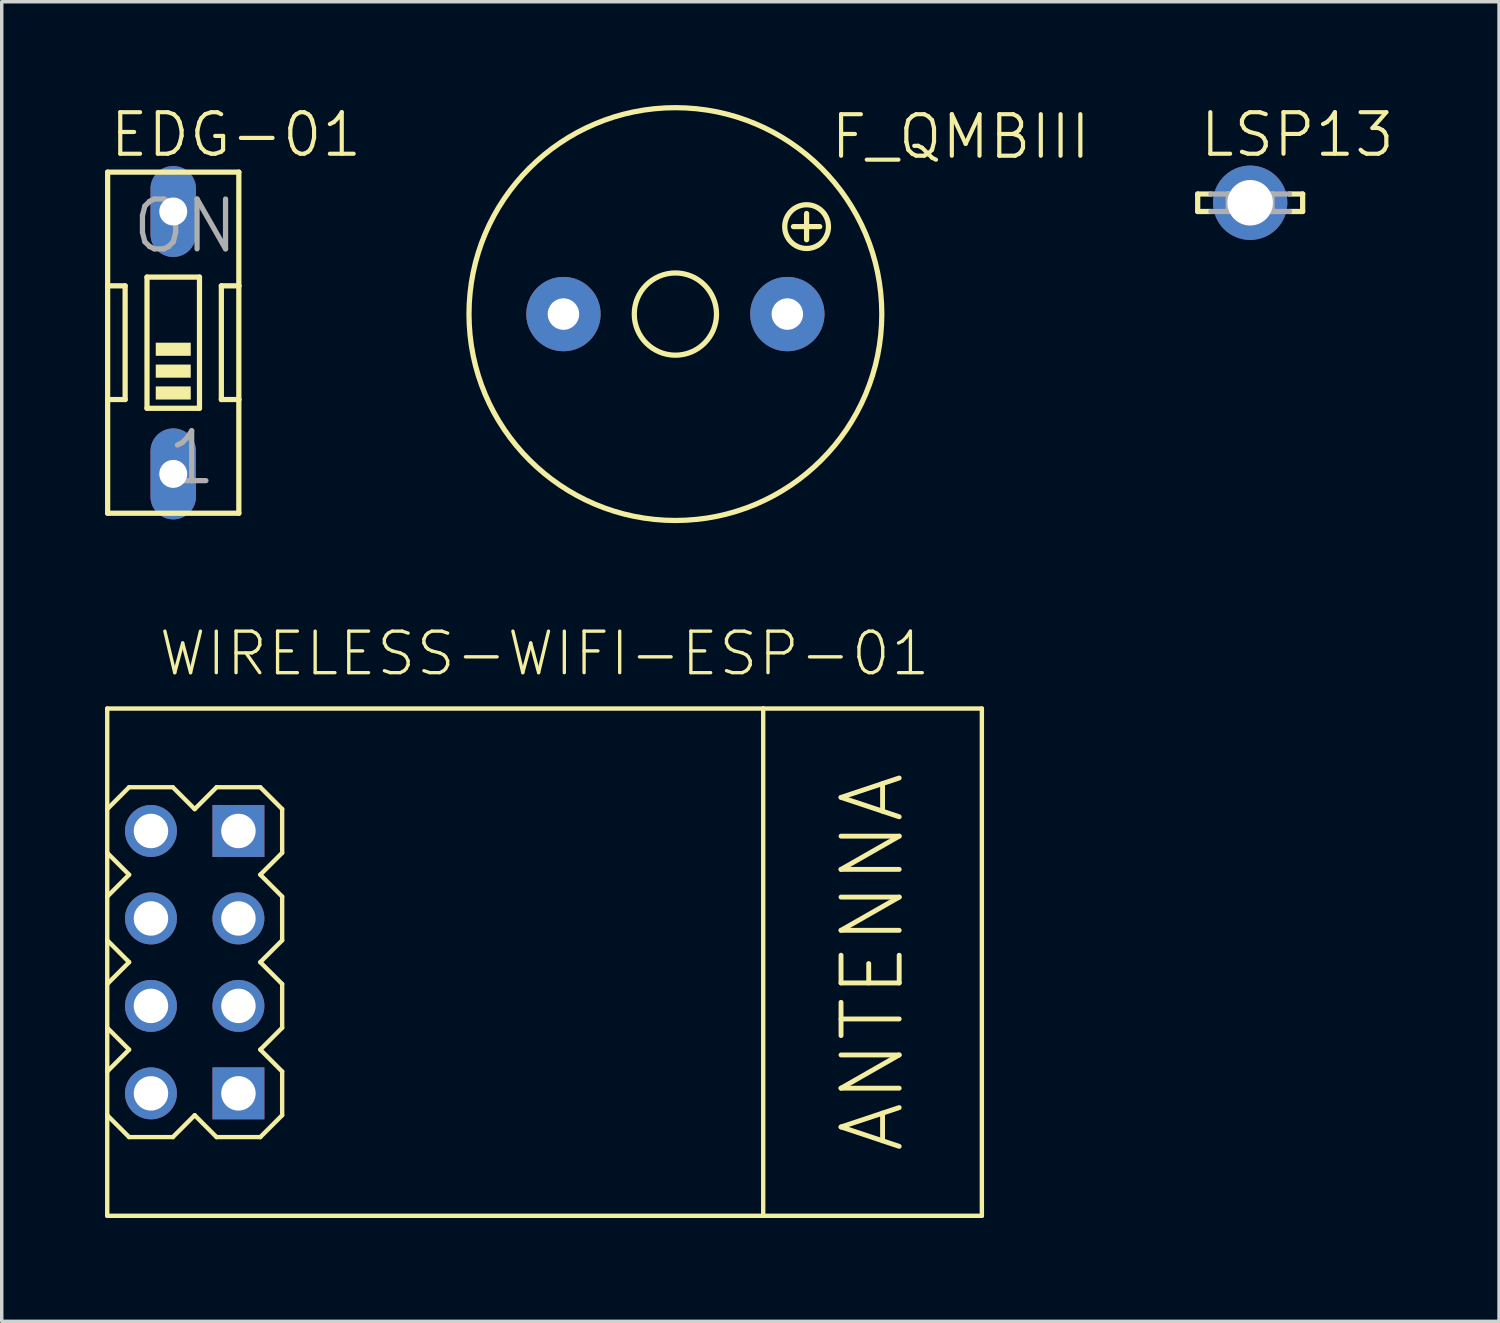
<source format=kicad_pcb>
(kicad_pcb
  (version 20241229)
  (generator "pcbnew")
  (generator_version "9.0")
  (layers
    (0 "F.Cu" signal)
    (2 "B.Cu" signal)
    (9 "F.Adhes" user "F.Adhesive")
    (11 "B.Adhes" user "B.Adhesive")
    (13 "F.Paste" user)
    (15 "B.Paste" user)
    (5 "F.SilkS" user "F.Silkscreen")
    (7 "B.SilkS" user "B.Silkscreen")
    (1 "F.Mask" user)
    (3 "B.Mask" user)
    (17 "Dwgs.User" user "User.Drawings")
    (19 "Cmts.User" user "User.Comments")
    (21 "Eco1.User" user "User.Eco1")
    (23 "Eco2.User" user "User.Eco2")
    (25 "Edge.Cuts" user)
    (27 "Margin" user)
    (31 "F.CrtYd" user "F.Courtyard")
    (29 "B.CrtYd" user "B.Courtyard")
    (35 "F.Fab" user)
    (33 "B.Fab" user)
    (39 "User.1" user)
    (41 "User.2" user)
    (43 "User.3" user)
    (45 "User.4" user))
  (footprint "WIRELESS-WIFI-ESP-01"
    (layer "F.Cu")
    (at 12.764 24.892)
    (property "Reference" "WIRELESS-WIFI-ESP-01" (at 0 -8.255 180) (layer "F.SilkS") (effects (font (size 1.206 1.206) (thickness 0.097)) (justify bottom)))
    (attr through_hole)
    (fp_line (start -12.7 -7.366) (end 6.35 -7.366) (stroke (width 0.127) (type solid)) (layer "F.SilkS"))
    (fp_line (start -12.7 -4.445) (end -12.7 -7.366) (stroke (width 0.127) (type solid)) (layer "F.SilkS"))
    (fp_line (start -12.7 -4.445) (end -12.065 -5.08) (stroke (width 0.127) (type solid)) (layer "F.SilkS"))
    (fp_line (start -12.7 -3.175) (end -12.7 -4.445) (stroke (width 0.127) (type solid)) (layer "F.SilkS"))
    (fp_line (start -12.7 -1.905) (end -12.7 -3.175) (stroke (width 0.127) (type solid)) (layer "F.SilkS"))
    (fp_line (start -12.7 -1.905) (end -12.065 -2.54) (stroke (width 0.127) (type solid)) (layer "F.SilkS"))
    (fp_line (start -12.7 -0.635) (end -12.7 -1.905) (stroke (width 0.127) (type solid)) (layer "F.SilkS"))
    (fp_line (start -12.7 0.635) (end -12.7 -0.635) (stroke (width 0.127) (type solid)) (layer "F.SilkS"))
    (fp_line (start -12.7 0.635) (end -12.065 0) (stroke (width 0.127) (type solid)) (layer "F.SilkS"))
    (fp_line (start -12.7 1.905) (end -12.7 0.635) (stroke (width 0.127) (type solid)) (layer "F.SilkS"))
    (fp_line (start -12.7 3.175) (end -12.7 1.905) (stroke (width 0.127) (type solid)) (layer "F.SilkS"))
    (fp_line (start -12.7 3.175) (end -12.065 2.54) (stroke (width 0.127) (type solid)) (layer "F.SilkS"))
    (fp_line (start -12.7 4.445) (end -12.7 3.175) (stroke (width 0.127) (type solid)) (layer "F.SilkS"))
    (fp_line (start -12.7 7.366) (end -12.7 4.445) (stroke (width 0.127) (type solid)) (layer "F.SilkS"))
    (fp_line (start -12.065 -5.08) (end -10.795 -5.08) (stroke (width 0.127) (type solid)) (layer "F.SilkS"))
    (fp_line (start -12.065 -2.54) (end -12.7 -3.175) (stroke (width 0.127) (type solid)) (layer "F.SilkS"))
    (fp_line (start -12.065 0) (end -12.7 -0.635) (stroke (width 0.127) (type solid)) (layer "F.SilkS"))
    (fp_line (start -12.065 2.54) (end -12.7 1.905) (stroke (width 0.127) (type solid)) (layer "F.SilkS"))
    (fp_line (start -12.065 5.08) (end -12.7 4.445) (stroke (width 0.127) (type solid)) (layer "F.SilkS"))
    (fp_line (start -10.795 -5.08) (end -10.16 -4.445) (stroke (width 0.127) (type solid)) (layer "F.SilkS"))
    (fp_line (start -10.795 5.08) (end -12.065 5.08) (stroke (width 0.127) (type solid)) (layer "F.SilkS"))
    (fp_line (start -10.16 -4.445) (end -9.525 -5.08) (stroke (width 0.127) (type solid)) (layer "F.SilkS"))
    (fp_line (start -10.16 4.445) (end -10.795 5.08) (stroke (width 0.127) (type solid)) (layer "F.SilkS"))
    (fp_line (start -9.525 -5.08) (end -8.255 -5.08) (stroke (width 0.127) (type solid)) (layer "F.SilkS"))
    (fp_line (start -9.525 5.08) (end -10.16 4.445) (stroke (width 0.127) (type solid)) (layer "F.SilkS"))
    (fp_line (start -8.255 -5.08) (end -7.62 -4.445) (stroke (width 0.127) (type solid)) (layer "F.SilkS"))
    (fp_line (start -8.255 -2.54) (end -7.62 -1.905) (stroke (width 0.127) (type solid)) (layer "F.SilkS"))
    (fp_line (start -8.255 0) (end -7.62 0.635) (stroke (width 0.127) (type solid)) (layer "F.SilkS"))
    (fp_line (start -8.255 2.54) (end -7.62 3.175) (stroke (width 0.127) (type solid)) (layer "F.SilkS"))
    (fp_line (start -8.255 5.08) (end -9.525 5.08) (stroke (width 0.127) (type solid)) (layer "F.SilkS"))
    (fp_line (start -7.62 -4.445) (end -7.62 -3.175) (stroke (width 0.127) (type solid)) (layer "F.SilkS"))
    (fp_line (start -7.62 -3.175) (end -8.255 -2.54) (stroke (width 0.127) (type solid)) (layer "F.SilkS"))
    (fp_line (start -7.62 -1.905) (end -7.62 -0.635) (stroke (width 0.127) (type solid)) (layer "F.SilkS"))
    (fp_line (start -7.62 -0.635) (end -8.255 0) (stroke (width 0.127) (type solid)) (layer "F.SilkS"))
    (fp_line (start -7.62 0.635) (end -7.62 1.905) (stroke (width 0.127) (type solid)) (layer "F.SilkS"))
    (fp_line (start -7.62 1.905) (end -8.255 2.54) (stroke (width 0.127) (type solid)) (layer "F.SilkS"))
    (fp_line (start -7.62 3.175) (end -7.62 4.445) (stroke (width 0.127) (type solid)) (layer "F.SilkS"))
    (fp_line (start -7.62 4.445) (end -8.255 5.08) (stroke (width 0.127) (type solid)) (layer "F.SilkS"))
    (fp_line (start 6.35 -7.366) (end 6.35 7.366) (stroke (width 0.127) (type solid)) (layer "F.SilkS"))
    (fp_line (start 6.35 -7.366) (end 12.7 -7.366) (stroke (width 0.127) (type solid)) (layer "F.SilkS"))
    (fp_line (start 6.35 7.366) (end -12.7 7.366) (stroke (width 0.127) (type solid)) (layer "F.SilkS"))
    (fp_line (start 12.7 -7.366) (end 12.7 7.366) (stroke (width 0.127) (type solid)) (layer "F.SilkS"))
    (fp_line (start 12.7 7.366) (end 6.35 7.366) (stroke (width 0.127) (type solid)) (layer "F.SilkS"))
    (fp_text user "ANTENNA" (at 9.525 0 90) (layer "F.SilkS") (effects (font (size 1.689 1.689) (thickness 0.142))))
    (pad "A1" thru_hole rect (at -8.89 -3.81) (size 1.508 1.508) (drill 1) (layers "*.Cu" "*.Mask"))
    (pad "A2" thru_hole circle (at -11.43 -3.81) (size 1.508 1.508) (drill 1) (layers "*.Cu" "*.Mask"))
    (pad "B1" thru_hole circle (at -8.89 -1.27) (size 1.508 1.508) (drill 1) (layers "*.Cu" "*.Mask"))
    (pad "B2" thru_hole circle (at -11.43 -1.27) (size 1.508 1.508) (drill 1) (layers "*.Cu" "*.Mask"))
    (pad "C1" thru_hole circle (at -8.89 1.27) (size 1.508 1.508) (drill 1) (layers "*.Cu" "*.Mask"))
    (pad "C2" thru_hole circle (at -11.43 1.27) (size 1.508 1.508) (drill 1) (layers "*.Cu" "*.Mask"))
    (pad "D1" thru_hole rect (at -8.89 3.81) (size 1.508 1.508) (drill 1) (layers "*.Cu" "*.Mask"))
    (pad "D2" thru_hole circle (at -11.43 3.81) (size 1.508 1.508) (drill 1) (layers "*.Cu" "*.Mask")))
  (footprint "EDG-01"
    (layer "F.Cu")
    (at 1.981 6.902)
    (property "Reference" "EDG-01" (at -1.905 -5.334 180) (layer "F.SilkS") (effects (font (size 1.206 1.206) (thickness 0.121)) (justify left bottom)))
    (attr through_hole)
    (fp_line (start -1.905 -4.953) (end -1.905 -1.651) (stroke (width 0.152) (type solid)) (layer "F.SilkS"))
    (fp_line (start -1.905 -1.651) (end -1.905 1.651) (stroke (width 0.152) (type solid)) (layer "F.SilkS"))
    (fp_line (start -1.905 1.651) (end -1.905 4.953) (stroke (width 0.152) (type solid)) (layer "F.SilkS"))
    (fp_line (start -1.905 1.651) (end -1.397 1.651) (stroke (width 0.152) (type solid)) (layer "F.SilkS"))
    (fp_line (start -1.905 4.953) (end 1.905 4.953) (stroke (width 0.152) (type solid)) (layer "F.SilkS"))
    (fp_line (start -1.397 -1.651) (end -1.905 -1.651) (stroke (width 0.152) (type solid)) (layer "F.SilkS"))
    (fp_line (start -1.397 1.651) (end -1.397 -1.651) (stroke (width 0.152) (type solid)) (layer "F.SilkS"))
    (fp_line (start -0.762 -1.905) (end -0.762 1.905) (stroke (width 0.152) (type solid)) (layer "F.SilkS"))
    (fp_line (start -0.762 -1.905) (end 0.762 -1.905) (stroke (width 0.152) (type solid)) (layer "F.SilkS"))
    (fp_line (start 0.762 1.905) (end -0.762 1.905) (stroke (width 0.152) (type solid)) (layer "F.SilkS"))
    (fp_line (start 0.762 1.905) (end 0.762 -1.905) (stroke (width 0.152) (type solid)) (layer "F.SilkS"))
    (fp_line (start 1.397 -1.651) (end 1.397 1.651) (stroke (width 0.152) (type solid)) (layer "F.SilkS"))
    (fp_line (start 1.397 1.651) (end 1.905 1.651) (stroke (width 0.152) (type solid)) (layer "F.SilkS"))
    (fp_line (start 1.905 -4.953) (end -1.905 -4.953) (stroke (width 0.152) (type solid)) (layer "F.SilkS"))
    (fp_line (start 1.905 -1.651) (end 1.397 -1.651) (stroke (width 0.152) (type solid)) (layer "F.SilkS"))
    (fp_line (start 1.905 -1.651) (end 1.905 -4.953) (stroke (width 0.152) (type solid)) (layer "F.SilkS"))
    (fp_line (start 1.905 1.651) (end 1.905 -1.651) (stroke (width 0.152) (type solid)) (layer "F.SilkS"))
    (fp_line (start 1.905 4.953) (end 1.905 1.651) (stroke (width 0.152) (type solid)) (layer "F.SilkS"))
    (fp_poly (pts (xy -0.508 0.381) (xy 0.508 0.381) (xy 0.508 0) (xy -0.508 0)) (stroke (width 0) (type solid)) (fill yes) (layer "F.SilkS"))
    (fp_poly (pts (xy -0.508 1.016) (xy 0.508 1.016) (xy 0.508 0.635) (xy -0.508 0.635)) (stroke (width 0) (type solid)) (fill yes) (layer "F.SilkS"))
    (fp_poly (pts (xy -0.508 1.651) (xy 0.508 1.651) (xy 0.508 1.27) (xy -0.508 1.27)) (stroke (width 0) (type solid)) (fill yes) (layer "F.SilkS"))
    (fp_text user "ON" (at -1.27 -2.54 0) (layer "F.Fab") (effects (font (size 1.448 1.448) (thickness 0.152)) (justify left bottom)))
    (fp_text user "1" (at -0.254 4.191 0) (layer "F.Fab") (effects (font (size 1.448 1.448) (thickness 0.152)) (justify left bottom)))
    (pad "1" thru_hole oval (at 0 3.81 90) (size 2.642 1.321) (drill 0.813) (layers "*.Cu" "*.Mask"))
    (pad "2" thru_hole oval (at 0 -3.81 90) (size 2.642 1.321) (drill 0.813) (layers "*.Cu" "*.Mask")))
  (footprint "LSP13"
    (layer "F.Cu")
    (at 33.256 2.838)
    (property "Reference" "LSP13" (at -1.524 -1.27 0) (layer "F.SilkS") (effects (font (size 1.206 1.206) (thickness 0.121)) (justify left bottom)))
    (attr through_hole)
    (fp_line (start -1.524 -0.254) (end -1.524 0.254) (stroke (width 0.152) (type solid)) (layer "F.SilkS"))
    (fp_line (start -1.524 -0.254) (end -1.143 -0.254) (stroke (width 0.152) (type solid)) (layer "F.SilkS"))
    (fp_line (start -1.524 0.254) (end -1.143 0.254) (stroke (width 0.152) (type solid)) (layer "F.SilkS"))
    (fp_line (start 1.524 -0.254) (end 1.143 -0.254) (stroke (width 0.152) (type solid)) (layer "F.SilkS"))
    (fp_line (start 1.524 -0.254) (end 1.524 0.254) (stroke (width 0.152) (type solid)) (layer "F.SilkS"))
    (fp_line (start 1.524 0.254) (end 1.143 0.254) (stroke (width 0.152) (type solid)) (layer "F.SilkS"))
    (fp_line (start -1.143 0.254) (end -0.635 0.254) (stroke (width 0.152) (type solid)) (layer "F.Fab"))
    (fp_line (start -0.635 -0.254) (end -1.143 -0.254) (stroke (width 0.152) (type solid)) (layer "F.Fab"))
    (fp_line (start -0.635 -0.254) (end -0.635 0.254) (stroke (width 0.152) (type solid)) (layer "F.Fab"))
    (fp_line (start -0.635 0.254) (end 0.635 0.254) (stroke (width 0.152) (type solid)) (layer "F.Fab"))
    (fp_line (start 0.635 -0.254) (end -0.635 -0.254) (stroke (width 0.152) (type solid)) (layer "F.Fab"))
    (fp_line (start 0.635 -0.254) (end 0.635 0.254) (stroke (width 0.152) (type solid)) (layer "F.Fab"))
    (fp_line (start 0.635 0.254) (end 1.143 0.254) (stroke (width 0.152) (type solid)) (layer "F.Fab"))
    (fp_line (start 1.143 -0.254) (end 0.635 -0.254) (stroke (width 0.152) (type solid)) (layer "F.Fab"))
    (pad "MP" thru_hole circle (at 0 0) (size 2.159 2.159) (drill 1.321) (layers "*.Cu" "*.Mask")))
  (footprint "F_QMBIII"
    (layer "F.Cu")
    (at 16.564 6.071)
    (property "Reference" "F_QMBIII" (at 4.445 -4.445 0) (layer "F.SilkS") (effects (font (size 1.206 1.206) (thickness 0.121)) (justify left bottom)))
    (attr through_hole)
    (fp_line (start 3.429 -2.54) (end 4.191 -2.54) (stroke (width 0.152) (type solid)) (layer "F.SilkS"))
    (fp_line (start 3.81 -2.159) (end 3.81 -2.921) (stroke (width 0.152) (type solid)) (layer "F.SilkS"))
    (fp_circle (center 0 0) (end 1.194 0) (stroke (width 0.152) (type solid)) (fill no) (layer "F.SilkS"))
    (fp_circle (center 0 0) (end 5.994 0) (stroke (width 0.152) (type solid)) (fill no) (layer "F.SilkS"))
    (fp_circle (center 3.81 -2.54) (end 4.445 -2.54) (stroke (width 0.152) (type solid)) (fill no) (layer "F.SilkS"))
    (pad "+" thru_hole circle (at 3.251 0) (size 2.159 2.159) (drill 0.914) (layers "*.Cu" "*.Mask"))
    (pad "-" thru_hole circle (at -3.251 0) (size 2.159 2.159) (drill 0.914) (layers "*.Cu" "*.Mask")))
  (gr_rect
    (start -3 -3)
    (end 40.483 35.322)
    (stroke (width 0.1) (type default))
    (fill no)
    (layer "Edge.Cuts")))
</source>
